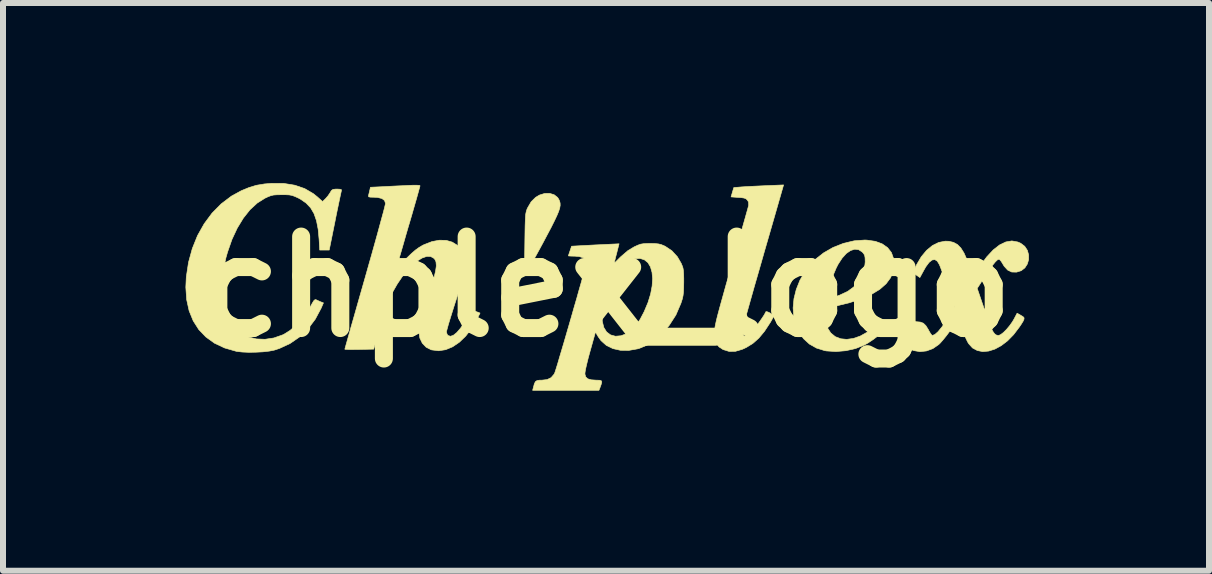
<source format=kicad_pcb>
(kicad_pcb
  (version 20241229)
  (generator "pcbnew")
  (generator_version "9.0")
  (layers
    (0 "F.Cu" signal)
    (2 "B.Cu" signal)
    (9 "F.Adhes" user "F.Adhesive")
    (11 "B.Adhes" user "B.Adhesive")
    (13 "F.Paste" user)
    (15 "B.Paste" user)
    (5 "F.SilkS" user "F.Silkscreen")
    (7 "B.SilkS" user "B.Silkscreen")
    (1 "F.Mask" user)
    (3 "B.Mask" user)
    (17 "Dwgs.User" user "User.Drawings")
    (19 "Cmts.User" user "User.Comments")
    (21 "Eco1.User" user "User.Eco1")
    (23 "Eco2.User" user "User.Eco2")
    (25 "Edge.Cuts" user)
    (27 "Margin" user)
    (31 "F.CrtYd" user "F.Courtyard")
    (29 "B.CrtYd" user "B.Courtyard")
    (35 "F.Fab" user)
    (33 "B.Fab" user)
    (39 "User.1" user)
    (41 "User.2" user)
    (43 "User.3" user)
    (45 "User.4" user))
  (footprint "chplex_logo"
    (layer "F.Cu")
    (at 7.047 1.726)
    (property "Reference" "chplex_logo" (at 0 0 0) (layer "F.SilkS") (effects (font (size 1.524 1.524) (thickness 0.3))))
    (attr through_hole)
    (fp_poly (pts (xy -0.864 -1.531) (xy -0.807 -1.486) (xy -0.788 -1.457) (xy -0.773 -1.424) (xy -0.765 -1.391) (xy -0.764 -1.353) (xy -0.772 -1.308) (xy -0.79 -1.252) (xy -0.819 -1.183) (xy -0.86 -1.096) (xy -0.914 -0.988) (xy -0.983 -0.858) (xy -1.047 -0.737) (xy -1.113 -0.615) (xy -1.165 -0.52) (xy -1.206 -0.448) (xy -1.237 -0.396) (xy -1.261 -0.361) (xy -1.28 -0.34) (xy -1.296 -0.329) (xy -1.311 -0.325) (xy -1.312 -0.325) (xy -1.358 -0.319) (xy -1.352 -0.773) (xy -1.35 -0.91) (xy -1.348 -1.018) (xy -1.345 -1.1) (xy -1.342 -1.162) (xy -1.338 -1.209) (xy -1.331 -1.244) (xy -1.323 -1.273) (xy -1.313 -1.3) (xy -1.307 -1.312) (xy -1.247 -1.415) (xy -1.172 -1.489) (xy -1.109 -1.526) (xy -1.022 -1.553) (xy -0.938 -1.554) (xy -0.864 -1.531)) (stroke (width 0.01) (type solid)) (fill yes) (layer "F.SilkS"))
    (fp_poly (pts (xy 4.35 -0.775) (xy 4.487 -0.755) (xy 4.601 -0.713) (xy 4.691 -0.65) (xy 4.755 -0.568) (xy 4.791 -0.467) (xy 4.799 -0.381) (xy 4.785 -0.26) (xy 4.741 -0.149) (xy 4.666 -0.048) (xy 4.561 0.044) (xy 4.425 0.127) (xy 4.257 0.201) (xy 4.058 0.267) (xy 3.825 0.324) (xy 3.755 0.339) (xy 3.658 0.358) (xy 3.658 0.488) (xy 3.664 0.592) (xy 3.682 0.67) (xy 3.689 0.686) (xy 3.745 0.772) (xy 3.819 0.833) (xy 3.909 0.868) (xy 4.01 0.878) (xy 4.121 0.863) (xy 4.236 0.823) (xy 4.352 0.758) (xy 4.466 0.669) (xy 4.571 0.573) (xy 4.632 0.62) (xy 4.692 0.666) (xy 4.636 0.724) (xy 4.555 0.8) (xy 4.458 0.876) (xy 4.359 0.942) (xy 4.304 0.972) (xy 4.157 1.031) (xy 3.996 1.067) (xy 3.831 1.081) (xy 3.674 1.071) (xy 3.644 1.066) (xy 3.506 1.023) (xy 3.388 0.956) (xy 3.291 0.867) (xy 3.214 0.759) (xy 3.16 0.635) (xy 3.127 0.5) (xy 3.117 0.354) (xy 3.131 0.202) (xy 3.131 0.201) (xy 3.679 0.201) (xy 3.732 0.191) (xy 3.776 0.18) (xy 3.837 0.161) (xy 3.891 0.142) (xy 4.026 0.079) (xy 4.134 -0.001) (xy 4.206 -0.082) (xy 4.27 -0.187) (xy 4.306 -0.293) (xy 4.318 -0.412) (xy 4.318 -0.418) (xy 4.316 -0.481) (xy 4.309 -0.521) (xy 4.292 -0.551) (xy 4.269 -0.577) (xy 4.209 -0.616) (xy 4.144 -0.624) (xy 4.074 -0.602) (xy 4.003 -0.553) (xy 3.934 -0.476) (xy 3.868 -0.375) (xy 3.836 -0.313) (xy 3.78 -0.18) (xy 3.731 -0.034) (xy 3.697 0.106) (xy 3.694 0.122) (xy 3.679 0.201) (xy 3.131 0.201) (xy 3.169 0.048) (xy 3.231 -0.108) (xy 3.319 -0.26) (xy 3.362 -0.32) (xy 3.481 -0.45) (xy 3.624 -0.562) (xy 3.784 -0.654) (xy 3.957 -0.722) (xy 4.135 -0.764) (xy 4.312 -0.777) (xy 4.35 -0.775)) (stroke (width 0.01) (type solid)) (fill yes) (layer "F.SilkS"))
    (fp_poly (pts (xy 2.808 -1.173) (xy 2.725 -0.885) (xy 2.65 -0.627) (xy 2.585 -0.399) (xy 2.527 -0.197) (xy 2.476 -0.021) (xy 2.433 0.131) (xy 2.396 0.262) (xy 2.365 0.372) (xy 2.339 0.465) (xy 2.319 0.541) (xy 2.303 0.602) (xy 2.291 0.651) (xy 2.282 0.688) (xy 2.276 0.716) (xy 2.273 0.737) (xy 2.272 0.752) (xy 2.273 0.761) (xy 2.284 0.807) (xy 2.307 0.824) (xy 2.346 0.813) (xy 2.4 0.772) (xy 2.413 0.76) (xy 2.451 0.72) (xy 2.498 0.663) (xy 2.549 0.597) (xy 2.596 0.53) (xy 2.635 0.471) (xy 2.659 0.427) (xy 2.663 0.417) (xy 2.679 0.416) (xy 2.711 0.428) (xy 2.748 0.448) (xy 2.779 0.47) (xy 2.794 0.488) (xy 2.794 0.489) (xy 2.786 0.509) (xy 2.764 0.549) (xy 2.734 0.601) (xy 2.733 0.602) (xy 2.64 0.744) (xy 2.546 0.857) (xy 2.447 0.945) (xy 2.339 1.012) (xy 2.272 1.043) (xy 2.157 1.077) (xy 2.051 1.079) (xy 1.953 1.049) (xy 1.947 1.046) (xy 1.882 1.003) (xy 1.839 0.95) (xy 1.815 0.88) (xy 1.808 0.785) (xy 1.808 0.764) (xy 1.809 0.734) (xy 1.812 0.7) (xy 1.818 0.659) (xy 1.828 0.61) (xy 1.842 0.548) (xy 1.861 0.472) (xy 1.886 0.379) (xy 1.917 0.266) (xy 1.955 0.13) (xy 2 -0.032) (xy 2.055 -0.222) (xy 2.088 -0.339) (xy 2.139 -0.515) (xy 2.186 -0.682) (xy 2.231 -0.838) (xy 2.271 -0.979) (xy 2.306 -1.102) (xy 2.335 -1.205) (xy 2.357 -1.283) (xy 2.371 -1.335) (xy 2.377 -1.357) (xy 2.374 -1.41) (xy 2.356 -1.441) (xy 2.333 -1.463) (xy 2.301 -1.476) (xy 2.251 -1.484) (xy 2.203 -1.487) (xy 2.144 -1.491) (xy 2.102 -1.494) (xy 2.083 -1.496) (xy 2.083 -1.496) (xy 2.088 -1.512) (xy 2.099 -1.55) (xy 2.106 -1.575) (xy 2.129 -1.651) (xy 2.262 -1.662) (xy 2.327 -1.666) (xy 2.416 -1.671) (xy 2.519 -1.676) (xy 2.627 -1.681) (xy 2.677 -1.683) (xy 2.958 -1.695) (xy 2.808 -1.173)) (stroke (width 0.01) (type solid)) (fill yes) (layer "F.SilkS"))
    (fp_poly (pts (xy -5.369 -1.72) (xy -5.185 -1.69) (xy -5.021 -1.634) (xy -4.877 -1.55) (xy -4.81 -1.496) (xy -4.723 -1.418) (xy -4.675 -1.464) (xy -4.633 -1.512) (xy -4.597 -1.565) (xy -4.596 -1.568) (xy -4.574 -1.603) (xy -4.549 -1.62) (xy -4.51 -1.625) (xy -4.482 -1.626) (xy -4.431 -1.623) (xy -4.408 -1.615) (xy -4.408 -1.603) (xy -4.413 -1.581) (xy -4.424 -1.531) (xy -4.44 -1.456) (xy -4.46 -1.36) (xy -4.483 -1.25) (xy -4.508 -1.127) (xy -4.514 -1.095) (xy -4.612 -0.61) (xy -4.77 -0.61) (xy -4.78 -0.783) (xy -4.796 -0.955) (xy -4.824 -1.099) (xy -4.865 -1.217) (xy -4.922 -1.314) (xy -4.996 -1.392) (xy -5.088 -1.456) (xy -5.127 -1.477) (xy -5.184 -1.503) (xy -5.231 -1.52) (xy -5.279 -1.529) (xy -5.341 -1.532) (xy -5.402 -1.532) (xy -5.481 -1.531) (xy -5.538 -1.527) (xy -5.585 -1.516) (xy -5.634 -1.497) (xy -5.681 -1.475) (xy -5.81 -1.394) (xy -5.932 -1.282) (xy -6.043 -1.142) (xy -6.144 -0.976) (xy -6.232 -0.788) (xy -6.305 -0.579) (xy -6.332 -0.485) (xy -6.363 -0.34) (xy -6.385 -0.187) (xy -6.397 -0.031) (xy -6.4 0.119) (xy -6.393 0.256) (xy -6.376 0.375) (xy -6.352 0.46) (xy -6.285 0.589) (xy -6.195 0.696) (xy -6.086 0.779) (xy -5.962 0.838) (xy -5.826 0.871) (xy -5.682 0.877) (xy -5.535 0.855) (xy -5.387 0.803) (xy -5.364 0.792) (xy -5.264 0.729) (xy -5.162 0.642) (xy -5.064 0.538) (xy -4.979 0.425) (xy -4.931 0.343) (xy -4.895 0.277) (xy -4.871 0.237) (xy -4.852 0.219) (xy -4.836 0.216) (xy -4.826 0.22) (xy -4.785 0.239) (xy -4.751 0.254) (xy -4.708 0.27) (xy -4.748 0.362) (xy -4.845 0.543) (xy -4.965 0.702) (xy -5.106 0.838) (xy -5.266 0.948) (xy -5.441 1.029) (xy -5.529 1.058) (xy -5.612 1.074) (xy -5.717 1.086) (xy -5.835 1.092) (xy -5.954 1.094) (xy -6.063 1.089) (xy -6.151 1.079) (xy -6.164 1.076) (xy -6.355 1.021) (xy -6.523 0.942) (xy -6.666 0.839) (xy -6.785 0.715) (xy -6.878 0.569) (xy -6.946 0.402) (xy -6.987 0.216) (xy -7.001 0.01) (xy -6.993 -0.161) (xy -6.956 -0.405) (xy -6.893 -0.635) (xy -6.806 -0.851) (xy -6.695 -1.048) (xy -6.564 -1.225) (xy -6.412 -1.379) (xy -6.242 -1.508) (xy -6.076 -1.599) (xy -5.947 -1.652) (xy -5.825 -1.689) (xy -5.694 -1.711) (xy -5.571 -1.721) (xy -5.369 -1.72)) (stroke (width 0.01) (type solid)) (fill yes) (layer "F.SilkS"))
    (fp_poly (pts (xy 0.816 -0.718) (xy 0.874 -0.712) (xy 0.922 -0.7) (xy 0.972 -0.679) (xy 0.985 -0.673) (xy 1.096 -0.599) (xy 1.188 -0.499) (xy 1.251 -0.391) (xy 1.269 -0.349) (xy 1.282 -0.311) (xy 1.289 -0.269) (xy 1.293 -0.214) (xy 1.295 -0.139) (xy 1.295 -0.076) (xy 1.293 0.02) (xy 1.29 0.093) (xy 1.283 0.151) (xy 1.271 0.205) (xy 1.252 0.264) (xy 1.247 0.279) (xy 1.164 0.472) (xy 1.051 0.647) (xy 0.948 0.768) (xy 0.822 0.884) (xy 0.694 0.97) (xy 0.56 1.026) (xy 0.526 1.036) (xy 0.378 1.062) (xy 0.239 1.06) (xy 0.115 1.032) (xy 0.006 0.979) (xy -0.082 0.901) (xy -0.129 0.836) (xy -0.176 0.756) (xy -0.266 1.077) (xy -0.295 1.182) (xy -0.319 1.279) (xy -0.338 1.361) (xy -0.349 1.422) (xy -0.352 1.456) (xy -0.338 1.504) (xy -0.305 1.535) (xy -0.247 1.552) (xy -0.163 1.558) (xy -0.109 1.559) (xy -0.08 1.567) (xy -0.071 1.588) (xy -0.081 1.629) (xy -0.101 1.684) (xy -0.118 1.727) (xy -1.223 1.727) (xy -1.212 1.686) (xy -1.195 1.621) (xy -1.177 1.583) (xy -1.15 1.565) (xy -1.108 1.558) (xy -1.07 1.558) (xy -0.981 1.548) (xy -0.915 1.516) (xy -0.866 1.459) (xy -0.857 1.442) (xy -0.848 1.418) (xy -0.831 1.365) (xy -0.807 1.288) (xy -0.778 1.188) (xy -0.743 1.071) (xy -0.704 0.94) (xy -0.663 0.799) (xy -0.62 0.651) (xy -0.596 0.569) (xy -0.063 0.569) (xy -0.062 0.58) (xy -0.037 0.68) (xy 0.01 0.755) (xy 0.076 0.804) (xy 0.157 0.826) (xy 0.249 0.818) (xy 0.337 0.785) (xy 0.419 0.731) (xy 0.495 0.652) (xy 0.568 0.545) (xy 0.636 0.415) (xy 0.699 0.265) (xy 0.743 0.122) (xy 0.768 -0.011) (xy 0.776 -0.133) (xy 0.766 -0.24) (xy 0.74 -0.33) (xy 0.698 -0.4) (xy 0.64 -0.447) (xy 0.568 -0.47) (xy 0.481 -0.465) (xy 0.451 -0.458) (xy 0.39 -0.427) (xy 0.32 -0.373) (xy 0.249 -0.3) (xy 0.182 -0.216) (xy 0.125 -0.128) (xy 0.116 -0.11) (xy 0.049 0.035) (xy -0.004 0.182) (xy -0.042 0.325) (xy -0.062 0.456) (xy -0.063 0.569) (xy -0.596 0.569) (xy -0.576 0.499) (xy -0.533 0.348) (xy -0.49 0.201) (xy -0.451 0.061) (xy -0.414 -0.067) (xy -0.383 -0.181) (xy -0.357 -0.276) (xy -0.337 -0.348) (xy -0.325 -0.395) (xy -0.322 -0.412) (xy -0.337 -0.452) (xy -0.381 -0.482) (xy -0.447 -0.502) (xy -0.519 -0.508) (xy -0.574 -0.509) (xy -0.613 -0.511) (xy -0.627 -0.513) (xy -0.622 -0.531) (xy -0.609 -0.57) (xy -0.6 -0.596) (xy -0.574 -0.674) (xy -0.393 -0.684) (xy -0.298 -0.689) (xy -0.186 -0.695) (xy -0.072 -0.7) (xy 0.003 -0.704) (xy 0.217 -0.714) (xy 0.177 -0.556) (xy 0.159 -0.488) (xy 0.146 -0.433) (xy 0.137 -0.4) (xy 0.136 -0.393) (xy 0.147 -0.401) (xy 0.176 -0.429) (xy 0.218 -0.471) (xy 0.243 -0.496) (xy 0.364 -0.6) (xy 0.467 -0.662) (xy 0.527 -0.69) (xy 0.576 -0.708) (xy 0.627 -0.716) (xy 0.691 -0.719) (xy 0.736 -0.72) (xy 0.816 -0.718)) (stroke (width 0.01) (type solid)) (fill yes) (layer "F.SilkS"))
    (fp_poly (pts (xy 6.861 -0.744) (xy 6.909 -0.723) (xy 6.976 -0.672) (xy 7.02 -0.605) (xy 7.041 -0.529) (xy 7.041 -0.451) (xy 7.019 -0.377) (xy 6.978 -0.313) (xy 6.917 -0.266) (xy 6.84 -0.242) (xy 6.759 -0.244) (xy 6.691 -0.277) (xy 6.633 -0.341) (xy 6.613 -0.374) (xy 6.585 -0.42) (xy 6.559 -0.45) (xy 6.547 -0.457) (xy 6.522 -0.447) (xy 6.488 -0.415) (xy 6.443 -0.36) (xy 6.385 -0.279) (xy 6.313 -0.17) (xy 6.311 -0.168) (xy 6.184 0.029) (xy 6.308 0.391) (xy 6.353 0.52) (xy 6.389 0.62) (xy 6.42 0.695) (xy 6.447 0.748) (xy 6.472 0.783) (xy 6.496 0.803) (xy 6.522 0.811) (xy 6.541 0.813) (xy 6.575 0.799) (xy 6.621 0.764) (xy 6.673 0.712) (xy 6.725 0.65) (xy 6.771 0.585) (xy 6.798 0.539) (xy 6.849 0.442) (xy 6.913 0.479) (xy 6.945 0.498) (xy 6.963 0.515) (xy 6.965 0.538) (xy 6.951 0.572) (xy 6.92 0.623) (xy 6.884 0.676) (xy 6.79 0.8) (xy 6.689 0.903) (xy 6.584 0.983) (xy 6.479 1.04) (xy 6.375 1.073) (xy 6.276 1.082) (xy 6.186 1.064) (xy 6.106 1.021) (xy 6.041 0.949) (xy 6.025 0.922) (xy 5.998 0.867) (xy 5.965 0.792) (xy 5.934 0.713) (xy 5.925 0.688) (xy 5.898 0.618) (xy 5.879 0.576) (xy 5.865 0.558) (xy 5.854 0.561) (xy 5.852 0.564) (xy 5.835 0.588) (xy 5.804 0.632) (xy 5.762 0.691) (xy 5.725 0.745) (xy 5.672 0.816) (xy 5.617 0.884) (xy 5.568 0.94) (xy 5.542 0.965) (xy 5.445 1.032) (xy 5.339 1.071) (xy 5.23 1.083) (xy 5.126 1.065) (xy 5.079 1.046) (xy 5.002 0.99) (xy 4.951 0.919) (xy 4.928 0.838) (xy 4.936 0.752) (xy 4.954 0.705) (xy 4.999 0.64) (xy 5.061 0.6) (xy 5.144 0.585) (xy 5.167 0.584) (xy 5.236 0.59) (xy 5.287 0.609) (xy 5.329 0.65) (xy 5.37 0.716) (xy 5.378 0.732) (xy 5.404 0.777) (xy 5.427 0.807) (xy 5.437 0.813) (xy 5.479 0.797) (xy 5.532 0.75) (xy 5.596 0.672) (xy 5.669 0.564) (xy 5.738 0.451) (xy 5.804 0.338) (xy 5.695 0.021) (xy 5.659 -0.081) (xy 5.625 -0.178) (xy 5.595 -0.261) (xy 5.571 -0.326) (xy 5.555 -0.365) (xy 5.555 -0.366) (xy 5.519 -0.425) (xy 5.478 -0.451) (xy 5.432 -0.444) (xy 5.382 -0.404) (xy 5.327 -0.33) (xy 5.295 -0.273) (xy 5.229 -0.152) (xy 5.176 -0.189) (xy 5.14 -0.214) (xy 5.119 -0.229) (xy 5.117 -0.23) (xy 5.121 -0.246) (xy 5.138 -0.285) (xy 5.163 -0.34) (xy 5.175 -0.367) (xy 5.252 -0.498) (xy 5.34 -0.604) (xy 5.438 -0.685) (xy 5.543 -0.737) (xy 5.652 -0.758) (xy 5.712 -0.756) (xy 5.789 -0.738) (xy 5.855 -0.702) (xy 5.912 -0.644) (xy 5.964 -0.561) (xy 6.013 -0.45) (xy 6.047 -0.356) (xy 6.07 -0.286) (xy 6.09 -0.229) (xy 6.103 -0.192) (xy 6.108 -0.182) (xy 6.119 -0.191) (xy 6.145 -0.223) (xy 6.182 -0.273) (xy 6.226 -0.337) (xy 6.232 -0.345) (xy 6.342 -0.495) (xy 6.451 -0.612) (xy 6.557 -0.695) (xy 6.661 -0.745) (xy 6.762 -0.762) (xy 6.861 -0.744)) (stroke (width 0.01) (type solid)) (fill yes) (layer "F.SilkS"))
    (fp_poly (pts (xy -3.151 -1.69) (xy -3.11 -1.687) (xy -3.099 -1.682) (xy -3.103 -1.663) (xy -3.117 -1.614) (xy -3.137 -1.541) (xy -3.164 -1.445) (xy -3.197 -1.331) (xy -3.234 -1.202) (xy -3.275 -1.062) (xy -3.294 -0.999) (xy -3.336 -0.855) (xy -3.374 -0.721) (xy -3.409 -0.6) (xy -3.439 -0.497) (xy -3.463 -0.415) (xy -3.479 -0.356) (xy -3.487 -0.325) (xy -3.488 -0.321) (xy -3.477 -0.328) (xy -3.446 -0.355) (xy -3.4 -0.399) (xy -3.343 -0.454) (xy -3.323 -0.474) (xy -3.242 -0.552) (xy -3.175 -0.61) (xy -3.114 -0.654) (xy -3.051 -0.691) (xy -3.031 -0.7) (xy -2.9 -0.751) (xy -2.776 -0.774) (xy -2.662 -0.771) (xy -2.562 -0.742) (xy -2.478 -0.69) (xy -2.414 -0.615) (xy -2.371 -0.52) (xy -2.354 -0.405) (xy -2.354 -0.388) (xy -2.355 -0.338) (xy -2.36 -0.288) (xy -2.368 -0.233) (xy -2.382 -0.169) (xy -2.402 -0.092) (xy -2.43 0.003) (xy -2.466 0.12) (xy -2.512 0.263) (xy -2.531 0.322) (xy -2.566 0.433) (xy -2.598 0.535) (xy -2.625 0.624) (xy -2.644 0.693) (xy -2.656 0.739) (xy -2.659 0.754) (xy -2.648 0.793) (xy -2.633 0.813) (xy -2.592 0.827) (xy -2.543 0.81) (xy -2.486 0.764) (xy -2.423 0.691) (xy -2.356 0.591) (xy -2.319 0.527) (xy -2.282 0.462) (xy -2.256 0.422) (xy -2.232 0.404) (xy -2.203 0.403) (xy -2.163 0.416) (xy -2.137 0.425) (xy -2.099 0.44) (xy -2.152 0.546) (xy -2.239 0.696) (xy -2.338 0.824) (xy -2.444 0.926) (xy -2.556 1.002) (xy -2.672 1.05) (xy -2.788 1.068) (xy -2.902 1.054) (xy -2.914 1.051) (xy -2.997 1.009) (xy -3.061 0.942) (xy -3.102 0.857) (xy -3.116 0.764) (xy -3.109 0.688) (xy -3.087 0.586) (xy -3.053 0.458) (xy -3.007 0.308) (xy -2.988 0.254) (xy -2.938 0.1) (xy -2.896 -0.039) (xy -2.863 -0.161) (xy -2.84 -0.26) (xy -2.829 -0.334) (xy -2.828 -0.356) (xy -2.833 -0.414) (xy -2.851 -0.453) (xy -2.87 -0.474) (xy -2.923 -0.503) (xy -2.988 -0.504) (xy -3.063 -0.478) (xy -3.143 -0.429) (xy -3.227 -0.359) (xy -3.313 -0.269) (xy -3.398 -0.163) (xy -3.479 -0.043) (xy -3.555 0.09) (xy -3.622 0.231) (xy -3.632 0.256) (xy -3.66 0.33) (xy -3.692 0.424) (xy -3.725 0.526) (xy -3.752 0.618) (xy -3.777 0.711) (xy -3.803 0.802) (xy -3.825 0.881) (xy -3.842 0.938) (xy -3.842 0.94) (xy -3.871 1.041) (xy -4.111 1.046) (xy -4.197 1.047) (xy -4.27 1.047) (xy -4.322 1.045) (xy -4.349 1.043) (xy -4.352 1.042) (xy -4.347 1.024) (xy -4.334 0.977) (xy -4.313 0.902) (xy -4.285 0.803) (xy -4.251 0.681) (xy -4.21 0.539) (xy -4.165 0.381) (xy -4.116 0.208) (xy -4.063 0.023) (xy -4.013 -0.152) (xy -3.958 -0.347) (xy -3.905 -0.533) (xy -3.856 -0.708) (xy -3.811 -0.869) (xy -3.772 -1.013) (xy -3.738 -1.138) (xy -3.71 -1.24) (xy -3.69 -1.318) (xy -3.678 -1.369) (xy -3.675 -1.388) (xy -3.69 -1.436) (xy -3.735 -1.469) (xy -3.809 -1.487) (xy -3.87 -1.49) (xy -3.924 -1.491) (xy -3.952 -1.496) (xy -3.959 -1.508) (xy -3.955 -1.528) (xy -3.943 -1.576) (xy -3.935 -1.611) (xy -3.925 -1.656) (xy -3.711 -1.666) (xy -3.603 -1.672) (xy -3.482 -1.678) (xy -3.366 -1.683) (xy -3.298 -1.687) (xy -3.215 -1.69) (xy -3.151 -1.69)) (stroke (width 0.01) (type solid)) (fill yes) (layer "F.SilkS")))
  (gr_rect
    (start -3 -3)
    (end 17.093 6.459)
    (stroke (width 0.1) (type default))
    (fill no)
    (layer "Edge.Cuts")))
</source>
